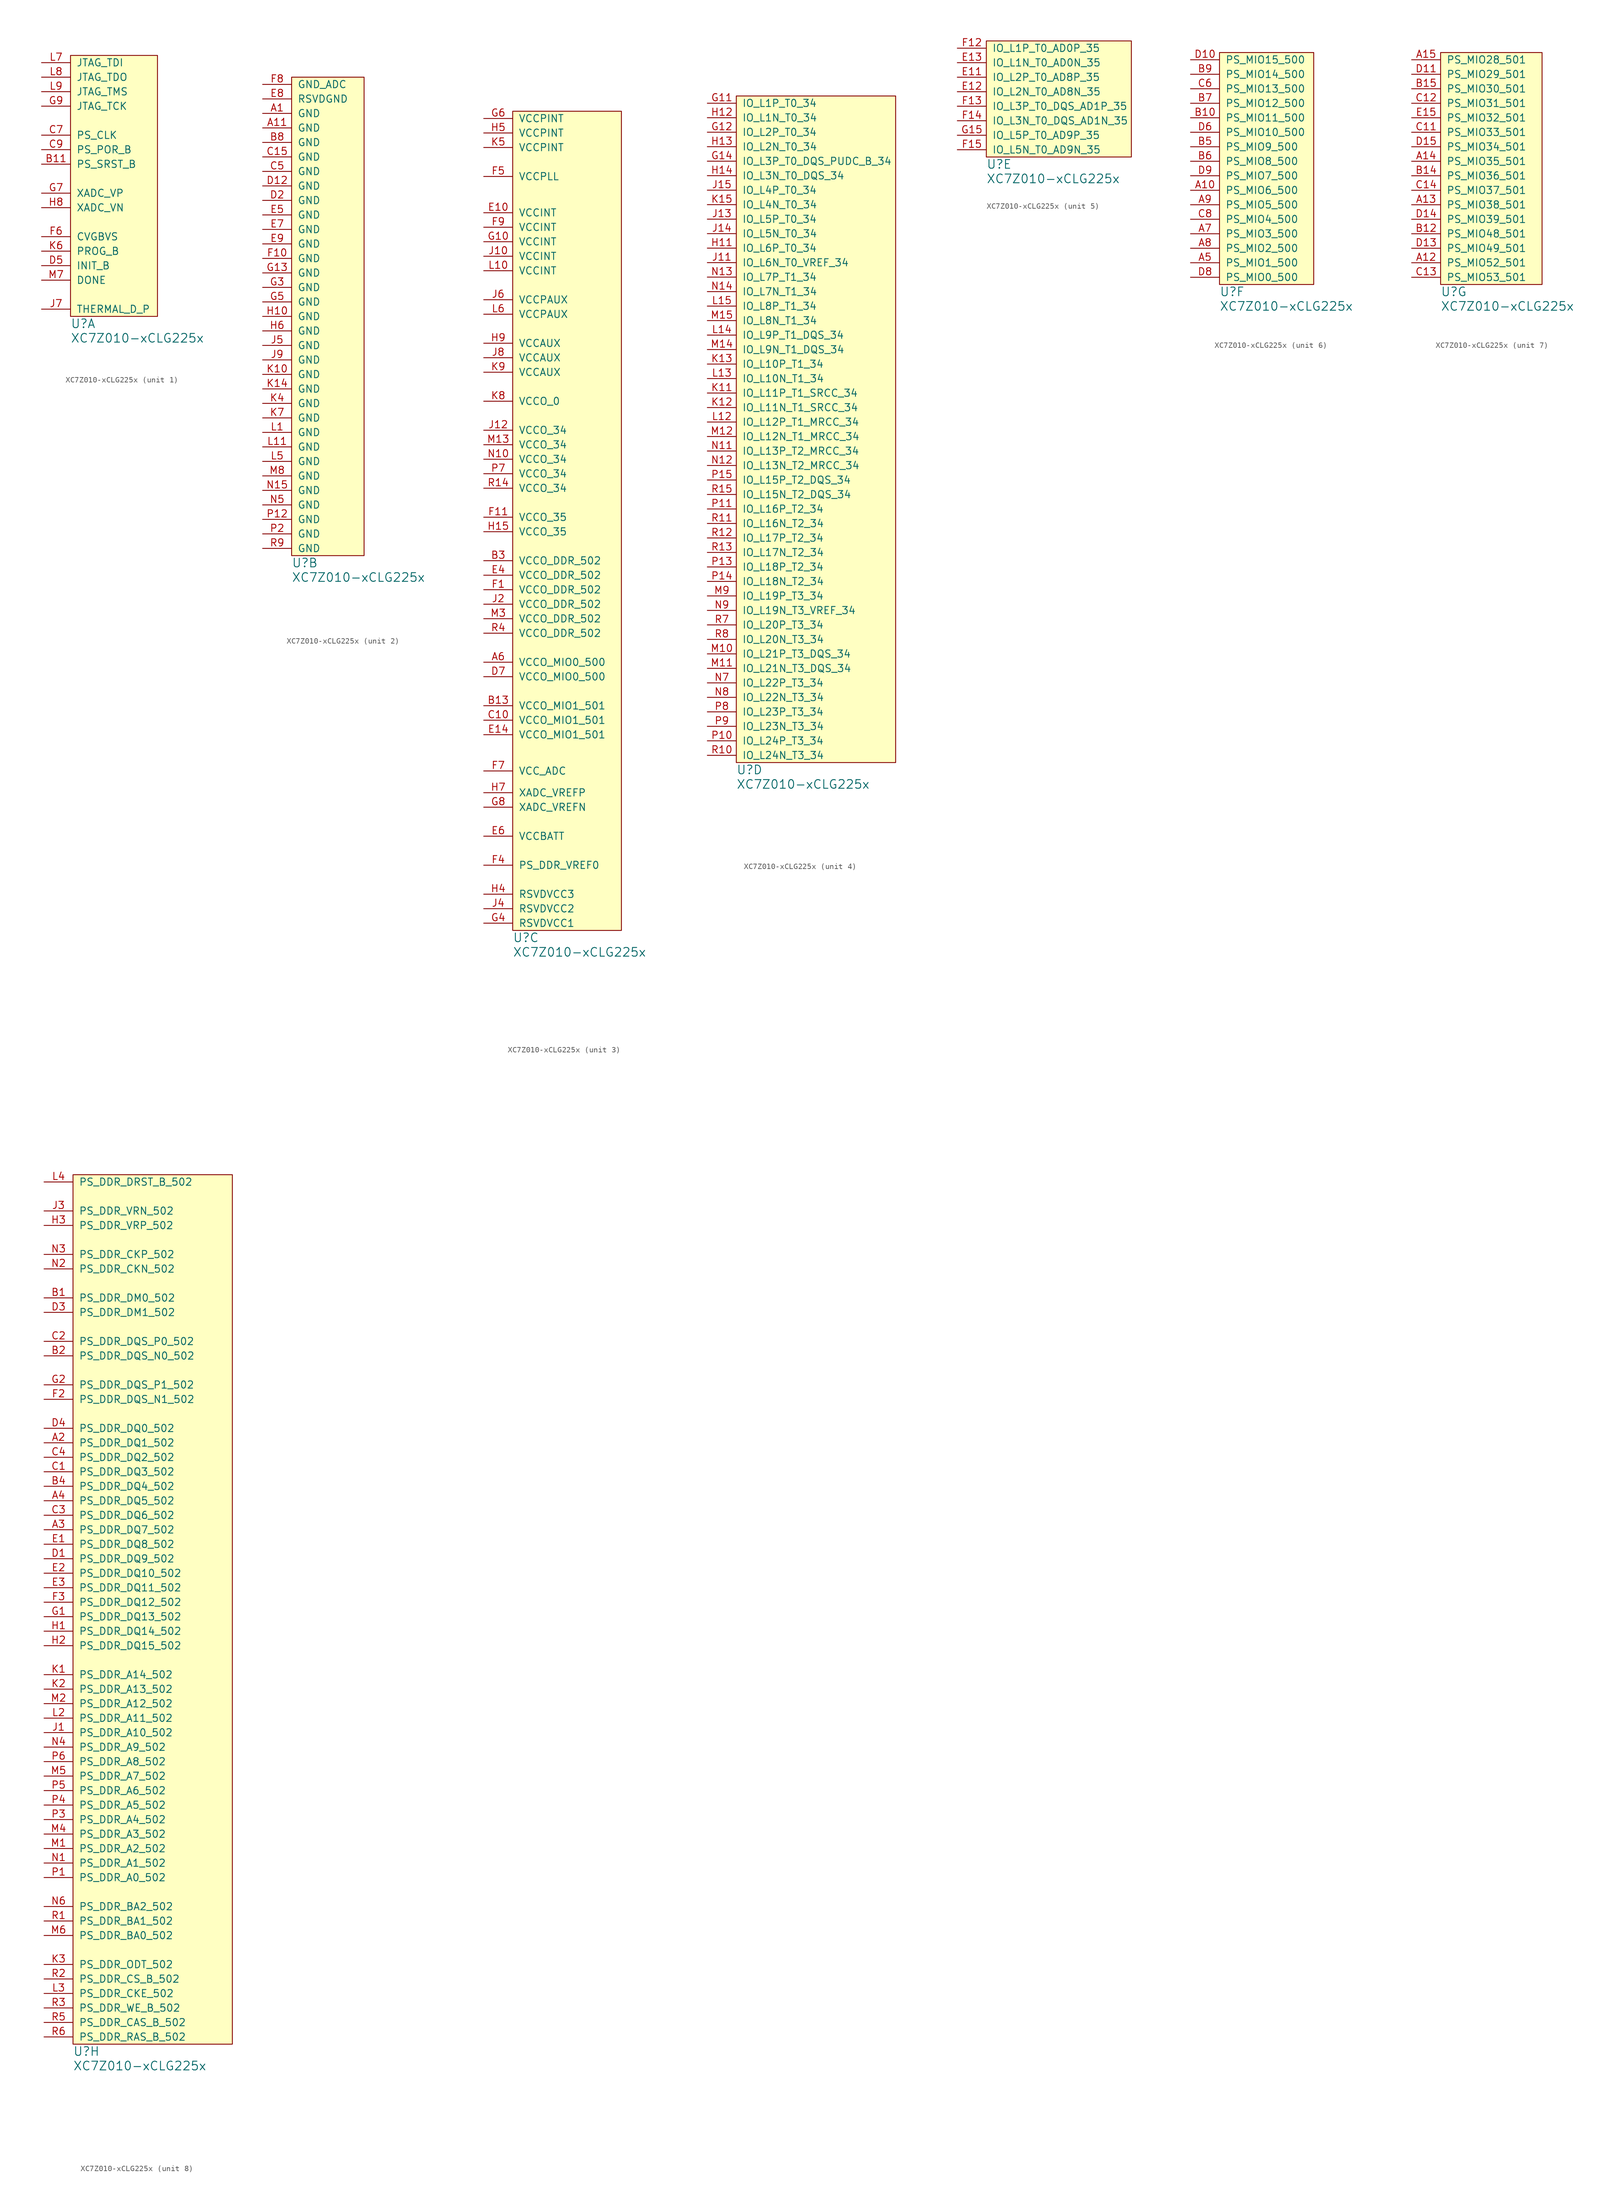
<source format=kicad_sym>
(kicad_symbol_lib
  (version 20211014)
  (generator kicad_symbol_editor)
  (symbol "XC7Z010-xCLG225x"
    (pin_names
      (offset 1.016))
    (property "Reference" "U"
      (at 0 -1.27 0)
      (effects (font (size 1.524 1.524)) (justify left)))
    (property "Value" "XC7Z010-xCLG225x"
      (at 0 -3.81 0)
      (effects (font (size 1.524 1.524)) (justify left)))
    (property "Footprint" ""
      (at 0 0 0)
      (effects (font (size 1.524 1.524))))
    (property "Datasheet" ""
      (at 0 0 0)
      (effects (font (size 1.524 1.524))))
    (property "ki_locked" ""
      (at 0 0 0)
      (effects (font (size 1.27 1.27))))
    (symbol "XC7Z010-xCLG225x_1_1"
      (rectangle (start 0 45.72) (end 15.24 0) (stroke (width 0) (type default) (color 0 0 0 0)) (fill (type background)))
      (pin input line (at -5.08 26.67 0) (length 5.08) (name "PS_SRST_B" (effects (font (size 1.27 1.27)))) (number "B11" (effects (font (size 1.27 1.27)))))
      (pin input line (at -5.08 31.75 0) (length 5.08) (name "PS_CLK" (effects (font (size 1.27 1.27)))) (number "C7" (effects (font (size 1.27 1.27)))))
      (pin input line (at -5.08 29.21 0) (length 5.08) (name "PS_POR_B" (effects (font (size 1.27 1.27)))) (number "C9" (effects (font (size 1.27 1.27)))))
      (pin bidirectional line (at -5.08 8.89 0) (length 5.08) (name "INIT_B" (effects (font (size 1.27 1.27)))) (number "D5" (effects (font (size 1.27 1.27)))))
      (pin input line (at -5.08 13.97 0) (length 5.08) (name "CVGBVS" (effects (font (size 1.27 1.27)))) (number "F6" (effects (font (size 1.27 1.27)))))
      (pin input line (at -5.08 21.59 0) (length 5.08) (name "XADC_VP" (effects (font (size 1.27 1.27)))) (number "G7" (effects (font (size 1.27 1.27)))))
      (pin input line (at -5.08 36.83 0) (length 5.08) (name "JTAG_TCK" (effects (font (size 1.27 1.27)))) (number "G9" (effects (font (size 1.27 1.27)))))
      (pin input line (at -5.08 19.05 0) (length 5.08) (name "XADC_VN" (effects (font (size 1.27 1.27)))) (number "H8" (effects (font (size 1.27 1.27)))))
      (pin passive line (at -5.08 1.27 0) (length 5.08) (name "THERMAL_D_P" (effects (font (size 1.27 1.27)))) (number "J7" (effects (font (size 1.27 1.27)))))
      (pin input line (at -5.08 11.43 0) (length 5.08) (name "PROG_B" (effects (font (size 1.27 1.27)))) (number "K6" (effects (font (size 1.27 1.27)))))
      (pin input line (at -5.08 44.45 0) (length 5.08) (name "JTAG_TDI" (effects (font (size 1.27 1.27)))) (number "L7" (effects (font (size 1.27 1.27)))))
      (pin output line (at -5.08 41.91 0) (length 5.08) (name "JTAG_TDO" (effects (font (size 1.27 1.27)))) (number "L8" (effects (font (size 1.27 1.27)))))
      (pin input line (at -5.08 39.37 0) (length 5.08) (name "JTAG_TMS" (effects (font (size 1.27 1.27)))) (number "L9" (effects (font (size 1.27 1.27)))))
      (pin open_collector line (at -5.08 6.35 0) (length 5.08) (name "DONE" (effects (font (size 1.27 1.27)))) (number "M7" (effects (font (size 1.27 1.27))))))
    (symbol "XC7Z010-xCLG225x_2_1"
      (rectangle (start 0 83.82) (end 12.7 0) (stroke (width 0) (type default) (color 0 0 0 0)) (fill (type background)))
      (pin power_in line (at -5.08 77.47 0) (length 5.08) (name "GND" (effects (font (size 1.27 1.27)))) (number "A1" (effects (font (size 1.27 1.27)))))
      (pin power_in line (at -5.08 74.93 0) (length 5.08) (name "GND" (effects (font (size 1.27 1.27)))) (number "A11" (effects (font (size 1.27 1.27)))))
      (pin power_in line (at -5.08 72.39 0) (length 5.08) (name "GND" (effects (font (size 1.27 1.27)))) (number "B8" (effects (font (size 1.27 1.27)))))
      (pin power_in line (at -5.08 69.85 0) (length 5.08) (name "GND" (effects (font (size 1.27 1.27)))) (number "C15" (effects (font (size 1.27 1.27)))))
      (pin power_in line (at -5.08 67.31 0) (length 5.08) (name "GND" (effects (font (size 1.27 1.27)))) (number "C5" (effects (font (size 1.27 1.27)))))
      (pin power_in line (at -5.08 64.77 0) (length 5.08) (name "GND" (effects (font (size 1.27 1.27)))) (number "D12" (effects (font (size 1.27 1.27)))))
      (pin power_in line (at -5.08 62.23 0) (length 5.08) (name "GND" (effects (font (size 1.27 1.27)))) (number "D2" (effects (font (size 1.27 1.27)))))
      (pin power_in line (at -5.08 59.69 0) (length 5.08) (name "GND" (effects (font (size 1.27 1.27)))) (number "E5" (effects (font (size 1.27 1.27)))))
      (pin power_in line (at -5.08 57.15 0) (length 5.08) (name "GND" (effects (font (size 1.27 1.27)))) (number "E7" (effects (font (size 1.27 1.27)))))
      (pin power_in line (at -5.08 80.01 0) (length 5.08) (name "RSVDGND" (effects (font (size 1.27 1.27)))) (number "E8" (effects (font (size 1.27 1.27)))))
      (pin power_in line (at -5.08 54.61 0) (length 5.08) (name "GND" (effects (font (size 1.27 1.27)))) (number "E9" (effects (font (size 1.27 1.27)))))
      (pin power_in line (at -5.08 52.07 0) (length 5.08) (name "GND" (effects (font (size 1.27 1.27)))) (number "F10" (effects (font (size 1.27 1.27)))))
      (pin power_in line (at -5.08 82.55 0) (length 5.08) (name "GND_ADC" (effects (font (size 1.27 1.27)))) (number "F8" (effects (font (size 1.27 1.27)))))
      (pin power_in line (at -5.08 49.53 0) (length 5.08) (name "GND" (effects (font (size 1.27 1.27)))) (number "G13" (effects (font (size 1.27 1.27)))))
      (pin power_in line (at -5.08 46.99 0) (length 5.08) (name "GND" (effects (font (size 1.27 1.27)))) (number "G3" (effects (font (size 1.27 1.27)))))
      (pin power_in line (at -5.08 44.45 0) (length 5.08) (name "GND" (effects (font (size 1.27 1.27)))) (number "G5" (effects (font (size 1.27 1.27)))))
      (pin power_in line (at -5.08 41.91 0) (length 5.08) (name "GND" (effects (font (size 1.27 1.27)))) (number "H10" (effects (font (size 1.27 1.27)))))
      (pin power_in line (at -5.08 39.37 0) (length 5.08) (name "GND" (effects (font (size 1.27 1.27)))) (number "H6" (effects (font (size 1.27 1.27)))))
      (pin power_in line (at -5.08 36.83 0) (length 5.08) (name "GND" (effects (font (size 1.27 1.27)))) (number "J5" (effects (font (size 1.27 1.27)))))
      (pin power_in line (at -5.08 34.29 0) (length 5.08) (name "GND" (effects (font (size 1.27 1.27)))) (number "J9" (effects (font (size 1.27 1.27)))))
      (pin power_in line (at -5.08 31.75 0) (length 5.08) (name "GND" (effects (font (size 1.27 1.27)))) (number "K10" (effects (font (size 1.27 1.27)))))
      (pin power_in line (at -5.08 29.21 0) (length 5.08) (name "GND" (effects (font (size 1.27 1.27)))) (number "K14" (effects (font (size 1.27 1.27)))))
      (pin power_in line (at -5.08 26.67 0) (length 5.08) (name "GND" (effects (font (size 1.27 1.27)))) (number "K4" (effects (font (size 1.27 1.27)))))
      (pin power_in line (at -5.08 24.13 0) (length 5.08) (name "GND" (effects (font (size 1.27 1.27)))) (number "K7" (effects (font (size 1.27 1.27)))))
      (pin power_in line (at -5.08 21.59 0) (length 5.08) (name "GND" (effects (font (size 1.27 1.27)))) (number "L1" (effects (font (size 1.27 1.27)))))
      (pin power_in line (at -5.08 19.05 0) (length 5.08) (name "GND" (effects (font (size 1.27 1.27)))) (number "L11" (effects (font (size 1.27 1.27)))))
      (pin power_in line (at -5.08 16.51 0) (length 5.08) (name "GND" (effects (font (size 1.27 1.27)))) (number "L5" (effects (font (size 1.27 1.27)))))
      (pin power_in line (at -5.08 13.97 0) (length 5.08) (name "GND" (effects (font (size 1.27 1.27)))) (number "M8" (effects (font (size 1.27 1.27)))))
      (pin power_in line (at -5.08 11.43 0) (length 5.08) (name "GND" (effects (font (size 1.27 1.27)))) (number "N15" (effects (font (size 1.27 1.27)))))
      (pin power_in line (at -5.08 8.89 0) (length 5.08) (name "GND" (effects (font (size 1.27 1.27)))) (number "N5" (effects (font (size 1.27 1.27)))))
      (pin power_in line (at -5.08 6.35 0) (length 5.08) (name "GND" (effects (font (size 1.27 1.27)))) (number "P12" (effects (font (size 1.27 1.27)))))
      (pin power_in line (at -5.08 3.81 0) (length 5.08) (name "GND" (effects (font (size 1.27 1.27)))) (number "P2" (effects (font (size 1.27 1.27)))))
      (pin power_in line (at -5.08 1.27 0) (length 5.08) (name "GND" (effects (font (size 1.27 1.27)))) (number "R9" (effects (font (size 1.27 1.27))))))
    (symbol "XC7Z010-xCLG225x_3_1"
      (rectangle (start 0 143.51) (end 19.05 0) (stroke (width 0) (type default) (color 0 0 0 0)) (fill (type background)))
      (pin power_in line (at -5.08 46.99 0) (length 5.08) (name "VCCO_MIO0_500" (effects (font (size 1.27 1.27)))) (number "A6" (effects (font (size 1.27 1.27)))))
      (pin power_in line (at -5.08 39.37 0) (length 5.08) (name "VCCO_MIO1_501" (effects (font (size 1.27 1.27)))) (number "B13" (effects (font (size 1.27 1.27)))))
      (pin power_in line (at -5.08 64.77 0) (length 5.08) (name "VCCO_DDR_502" (effects (font (size 1.27 1.27)))) (number "B3" (effects (font (size 1.27 1.27)))))
      (pin power_in line (at -5.08 36.83 0) (length 5.08) (name "VCCO_MIO1_501" (effects (font (size 1.27 1.27)))) (number "C10" (effects (font (size 1.27 1.27)))))
      (pin power_in line (at -5.08 44.45 0) (length 5.08) (name "VCCO_MIO0_500" (effects (font (size 1.27 1.27)))) (number "D7" (effects (font (size 1.27 1.27)))))
      (pin power_in line (at -5.08 125.73 0) (length 5.08) (name "VCCINT" (effects (font (size 1.27 1.27)))) (number "E10" (effects (font (size 1.27 1.27)))))
      (pin power_in line (at -5.08 34.29 0) (length 5.08) (name "VCCO_MIO1_501" (effects (font (size 1.27 1.27)))) (number "E14" (effects (font (size 1.27 1.27)))))
      (pin power_in line (at -5.08 62.23 0) (length 5.08) (name "VCCO_DDR_502" (effects (font (size 1.27 1.27)))) (number "E4" (effects (font (size 1.27 1.27)))))
      (pin power_in line (at -5.08 16.51 0) (length 5.08) (name "VCCBATT" (effects (font (size 1.27 1.27)))) (number "E6" (effects (font (size 1.27 1.27)))))
      (pin power_in line (at -5.08 59.69 0) (length 5.08) (name "VCCO_DDR_502" (effects (font (size 1.27 1.27)))) (number "F1" (effects (font (size 1.27 1.27)))))
      (pin power_in line (at -5.08 72.39 0) (length 5.08) (name "VCCO_35" (effects (font (size 1.27 1.27)))) (number "F11" (effects (font (size 1.27 1.27)))))
      (pin input line (at -5.08 11.43 0) (length 5.08) (name "PS_DDR_VREF0" (effects (font (size 1.27 1.27)))) (number "F4" (effects (font (size 1.27 1.27)))))
      (pin power_in line (at -5.08 132.08 0) (length 5.08) (name "VCCPLL" (effects (font (size 1.27 1.27)))) (number "F5" (effects (font (size 1.27 1.27)))))
      (pin power_in line (at -5.08 27.94 0) (length 5.08) (name "VCC_ADC" (effects (font (size 1.27 1.27)))) (number "F7" (effects (font (size 1.27 1.27)))))
      (pin power_in line (at -5.08 123.19 0) (length 5.08) (name "VCCINT" (effects (font (size 1.27 1.27)))) (number "F9" (effects (font (size 1.27 1.27)))))
      (pin power_in line (at -5.08 120.65 0) (length 5.08) (name "VCCINT" (effects (font (size 1.27 1.27)))) (number "G10" (effects (font (size 1.27 1.27)))))
      (pin power_in line (at -5.08 1.27 0) (length 5.08) (name "RSVDVCC1" (effects (font (size 1.27 1.27)))) (number "G4" (effects (font (size 1.27 1.27)))))
      (pin power_in line (at -5.08 142.24 0) (length 5.08) (name "VCCPINT" (effects (font (size 1.27 1.27)))) (number "G6" (effects (font (size 1.27 1.27)))))
      (pin power_in line (at -5.08 21.59 0) (length 5.08) (name "XADC_VREFN" (effects (font (size 1.27 1.27)))) (number "G8" (effects (font (size 1.27 1.27)))))
      (pin power_in line (at -5.08 69.85 0) (length 5.08) (name "VCCO_35" (effects (font (size 1.27 1.27)))) (number "H15" (effects (font (size 1.27 1.27)))))
      (pin power_in line (at -5.08 6.35 0) (length 5.08) (name "RSVDVCC3" (effects (font (size 1.27 1.27)))) (number "H4" (effects (font (size 1.27 1.27)))))
      (pin power_in line (at -5.08 139.7 0) (length 5.08) (name "VCCPINT" (effects (font (size 1.27 1.27)))) (number "H5" (effects (font (size 1.27 1.27)))))
      (pin power_in line (at -5.08 24.13 0) (length 5.08) (name "XADC_VREFP" (effects (font (size 1.27 1.27)))) (number "H7" (effects (font (size 1.27 1.27)))))
      (pin power_in line (at -5.08 102.87 0) (length 5.08) (name "VCCAUX" (effects (font (size 1.27 1.27)))) (number "H9" (effects (font (size 1.27 1.27)))))
      (pin power_in line (at -5.08 118.11 0) (length 5.08) (name "VCCINT" (effects (font (size 1.27 1.27)))) (number "J10" (effects (font (size 1.27 1.27)))))
      (pin power_in line (at -5.08 87.63 0) (length 5.08) (name "VCCO_34" (effects (font (size 1.27 1.27)))) (number "J12" (effects (font (size 1.27 1.27)))))
      (pin power_in line (at -5.08 57.15 0) (length 5.08) (name "VCCO_DDR_502" (effects (font (size 1.27 1.27)))) (number "J2" (effects (font (size 1.27 1.27)))))
      (pin power_in line (at -5.08 3.81 0) (length 5.08) (name "RSVDVCC2" (effects (font (size 1.27 1.27)))) (number "J4" (effects (font (size 1.27 1.27)))))
      (pin power_in line (at -5.08 110.49 0) (length 5.08) (name "VCCPAUX" (effects (font (size 1.27 1.27)))) (number "J6" (effects (font (size 1.27 1.27)))))
      (pin power_in line (at -5.08 100.33 0) (length 5.08) (name "VCCAUX" (effects (font (size 1.27 1.27)))) (number "J8" (effects (font (size 1.27 1.27)))))
      (pin power_in line (at -5.08 137.16 0) (length 5.08) (name "VCCPINT" (effects (font (size 1.27 1.27)))) (number "K5" (effects (font (size 1.27 1.27)))))
      (pin power_in line (at -5.08 92.71 0) (length 5.08) (name "VCCO_0" (effects (font (size 1.27 1.27)))) (number "K8" (effects (font (size 1.27 1.27)))))
      (pin power_in line (at -5.08 97.79 0) (length 5.08) (name "VCCAUX" (effects (font (size 1.27 1.27)))) (number "K9" (effects (font (size 1.27 1.27)))))
      (pin power_in line (at -5.08 115.57 0) (length 5.08) (name "VCCINT" (effects (font (size 1.27 1.27)))) (number "L10" (effects (font (size 1.27 1.27)))))
      (pin power_in line (at -5.08 107.95 0) (length 5.08) (name "VCCPAUX" (effects (font (size 1.27 1.27)))) (number "L6" (effects (font (size 1.27 1.27)))))
      (pin power_in line (at -5.08 85.09 0) (length 5.08) (name "VCCO_34" (effects (font (size 1.27 1.27)))) (number "M13" (effects (font (size 1.27 1.27)))))
      (pin power_in line (at -5.08 54.61 0) (length 5.08) (name "VCCO_DDR_502" (effects (font (size 1.27 1.27)))) (number "M3" (effects (font (size 1.27 1.27)))))
      (pin power_in line (at -5.08 82.55 0) (length 5.08) (name "VCCO_34" (effects (font (size 1.27 1.27)))) (number "N10" (effects (font (size 1.27 1.27)))))
      (pin power_in line (at -5.08 80.01 0) (length 5.08) (name "VCCO_34" (effects (font (size 1.27 1.27)))) (number "P7" (effects (font (size 1.27 1.27)))))
      (pin power_in line (at -5.08 77.47 0) (length 5.08) (name "VCCO_34" (effects (font (size 1.27 1.27)))) (number "R14" (effects (font (size 1.27 1.27)))))
      (pin power_in line (at -5.08 52.07 0) (length 5.08) (name "VCCO_DDR_502" (effects (font (size 1.27 1.27)))) (number "R4" (effects (font (size 1.27 1.27))))))
    (symbol "XC7Z010-xCLG225x_4_1"
      (rectangle (start 0 116.84) (end 27.94 0) (stroke (width 0) (type default) (color 0 0 0 0)) (fill (type background)))
      (pin bidirectional line (at -5.08 115.57 0) (length 5.08) (name "IO_L1P_T0_34" (effects (font (size 1.27 1.27)))) (number "G11" (effects (font (size 1.27 1.27)))))
      (pin bidirectional line (at -5.08 110.49 0) (length 5.08) (name "IO_L2P_T0_34" (effects (font (size 1.27 1.27)))) (number "G12" (effects (font (size 1.27 1.27)))))
      (pin bidirectional line (at -5.08 105.41 0) (length 5.08) (name "IO_L3P_T0_DQS_PUDC_B_34" (effects (font (size 1.27 1.27)))) (number "G14" (effects (font (size 1.27 1.27)))))
      (pin bidirectional line (at -5.08 90.17 0) (length 5.08) (name "IO_L6P_T0_34" (effects (font (size 1.27 1.27)))) (number "H11" (effects (font (size 1.27 1.27)))))
      (pin bidirectional line (at -5.08 113.03 0) (length 5.08) (name "IO_L1N_T0_34" (effects (font (size 1.27 1.27)))) (number "H12" (effects (font (size 1.27 1.27)))))
      (pin bidirectional line (at -5.08 107.95 0) (length 5.08) (name "IO_L2N_T0_34" (effects (font (size 1.27 1.27)))) (number "H13" (effects (font (size 1.27 1.27)))))
      (pin bidirectional line (at -5.08 102.87 0) (length 5.08) (name "IO_L3N_T0_DQS_34" (effects (font (size 1.27 1.27)))) (number "H14" (effects (font (size 1.27 1.27)))))
      (pin bidirectional line (at -5.08 87.63 0) (length 5.08) (name "IO_L6N_T0_VREF_34" (effects (font (size 1.27 1.27)))) (number "J11" (effects (font (size 1.27 1.27)))))
      (pin bidirectional line (at -5.08 95.25 0) (length 5.08) (name "IO_L5P_T0_34" (effects (font (size 1.27 1.27)))) (number "J13" (effects (font (size 1.27 1.27)))))
      (pin bidirectional line (at -5.08 92.71 0) (length 5.08) (name "IO_L5N_T0_34" (effects (font (size 1.27 1.27)))) (number "J14" (effects (font (size 1.27 1.27)))))
      (pin bidirectional line (at -5.08 100.33 0) (length 5.08) (name "IO_L4P_T0_34" (effects (font (size 1.27 1.27)))) (number "J15" (effects (font (size 1.27 1.27)))))
      (pin bidirectional line (at -5.08 64.77 0) (length 5.08) (name "IO_L11P_T1_SRCC_34" (effects (font (size 1.27 1.27)))) (number "K11" (effects (font (size 1.27 1.27)))))
      (pin bidirectional line (at -5.08 62.23 0) (length 5.08) (name "IO_L11N_T1_SRCC_34" (effects (font (size 1.27 1.27)))) (number "K12" (effects (font (size 1.27 1.27)))))
      (pin bidirectional line (at -5.08 69.85 0) (length 5.08) (name "IO_L10P_T1_34" (effects (font (size 1.27 1.27)))) (number "K13" (effects (font (size 1.27 1.27)))))
      (pin bidirectional line (at -5.08 97.79 0) (length 5.08) (name "IO_L4N_T0_34" (effects (font (size 1.27 1.27)))) (number "K15" (effects (font (size 1.27 1.27)))))
      (pin bidirectional line (at -5.08 59.69 0) (length 5.08) (name "IO_L12P_T1_MRCC_34" (effects (font (size 1.27 1.27)))) (number "L12" (effects (font (size 1.27 1.27)))))
      (pin bidirectional line (at -5.08 67.31 0) (length 5.08) (name "IO_L10N_T1_34" (effects (font (size 1.27 1.27)))) (number "L13" (effects (font (size 1.27 1.27)))))
      (pin bidirectional line (at -5.08 74.93 0) (length 5.08) (name "IO_L9P_T1_DQS_34" (effects (font (size 1.27 1.27)))) (number "L14" (effects (font (size 1.27 1.27)))))
      (pin bidirectional line (at -5.08 80.01 0) (length 5.08) (name "IO_L8P_T1_34" (effects (font (size 1.27 1.27)))) (number "L15" (effects (font (size 1.27 1.27)))))
      (pin bidirectional line (at -5.08 19.05 0) (length 5.08) (name "IO_L21P_T3_DQS_34" (effects (font (size 1.27 1.27)))) (number "M10" (effects (font (size 1.27 1.27)))))
      (pin bidirectional line (at -5.08 16.51 0) (length 5.08) (name "IO_L21N_T3_DQS_34" (effects (font (size 1.27 1.27)))) (number "M11" (effects (font (size 1.27 1.27)))))
      (pin bidirectional line (at -5.08 57.15 0) (length 5.08) (name "IO_L12N_T1_MRCC_34" (effects (font (size 1.27 1.27)))) (number "M12" (effects (font (size 1.27 1.27)))))
      (pin bidirectional line (at -5.08 72.39 0) (length 5.08) (name "IO_L9N_T1_DQS_34" (effects (font (size 1.27 1.27)))) (number "M14" (effects (font (size 1.27 1.27)))))
      (pin bidirectional line (at -5.08 77.47 0) (length 5.08) (name "IO_L8N_T1_34" (effects (font (size 1.27 1.27)))) (number "M15" (effects (font (size 1.27 1.27)))))
      (pin bidirectional line (at -5.08 29.21 0) (length 5.08) (name "IO_L19P_T3_34" (effects (font (size 1.27 1.27)))) (number "M9" (effects (font (size 1.27 1.27)))))
      (pin bidirectional line (at -5.08 54.61 0) (length 5.08) (name "IO_L13P_T2_MRCC_34" (effects (font (size 1.27 1.27)))) (number "N11" (effects (font (size 1.27 1.27)))))
      (pin bidirectional line (at -5.08 52.07 0) (length 5.08) (name "IO_L13N_T2_MRCC_34" (effects (font (size 1.27 1.27)))) (number "N12" (effects (font (size 1.27 1.27)))))
      (pin bidirectional line (at -5.08 85.09 0) (length 5.08) (name "IO_L7P_T1_34" (effects (font (size 1.27 1.27)))) (number "N13" (effects (font (size 1.27 1.27)))))
      (pin bidirectional line (at -5.08 82.55 0) (length 5.08) (name "IO_L7N_T1_34" (effects (font (size 1.27 1.27)))) (number "N14" (effects (font (size 1.27 1.27)))))
      (pin bidirectional line (at -5.08 13.97 0) (length 5.08) (name "IO_L22P_T3_34" (effects (font (size 1.27 1.27)))) (number "N7" (effects (font (size 1.27 1.27)))))
      (pin bidirectional line (at -5.08 11.43 0) (length 5.08) (name "IO_L22N_T3_34" (effects (font (size 1.27 1.27)))) (number "N8" (effects (font (size 1.27 1.27)))))
      (pin bidirectional line (at -5.08 26.67 0) (length 5.08) (name "IO_L19N_T3_VREF_34" (effects (font (size 1.27 1.27)))) (number "N9" (effects (font (size 1.27 1.27)))))
      (pin bidirectional line (at -5.08 3.81 0) (length 5.08) (name "IO_L24P_T3_34" (effects (font (size 1.27 1.27)))) (number "P10" (effects (font (size 1.27 1.27)))))
      (pin bidirectional line (at -5.08 44.45 0) (length 5.08) (name "IO_L16P_T2_34" (effects (font (size 1.27 1.27)))) (number "P11" (effects (font (size 1.27 1.27)))))
      (pin bidirectional line (at -5.08 34.29 0) (length 5.08) (name "IO_L18P_T2_34" (effects (font (size 1.27 1.27)))) (number "P13" (effects (font (size 1.27 1.27)))))
      (pin bidirectional line (at -5.08 31.75 0) (length 5.08) (name "IO_L18N_T2_34" (effects (font (size 1.27 1.27)))) (number "P14" (effects (font (size 1.27 1.27)))))
      (pin bidirectional line (at -5.08 49.53 0) (length 5.08) (name "IO_L15P_T2_DQS_34" (effects (font (size 1.27 1.27)))) (number "P15" (effects (font (size 1.27 1.27)))))
      (pin bidirectional line (at -5.08 8.89 0) (length 5.08) (name "IO_L23P_T3_34" (effects (font (size 1.27 1.27)))) (number "P8" (effects (font (size 1.27 1.27)))))
      (pin bidirectional line (at -5.08 6.35 0) (length 5.08) (name "IO_L23N_T3_34" (effects (font (size 1.27 1.27)))) (number "P9" (effects (font (size 1.27 1.27)))))
      (pin bidirectional line (at -5.08 1.27 0) (length 5.08) (name "IO_L24N_T3_34" (effects (font (size 1.27 1.27)))) (number "R10" (effects (font (size 1.27 1.27)))))
      (pin bidirectional line (at -5.08 41.91 0) (length 5.08) (name "IO_L16N_T2_34" (effects (font (size 1.27 1.27)))) (number "R11" (effects (font (size 1.27 1.27)))))
      (pin bidirectional line (at -5.08 39.37 0) (length 5.08) (name "IO_L17P_T2_34" (effects (font (size 1.27 1.27)))) (number "R12" (effects (font (size 1.27 1.27)))))
      (pin bidirectional line (at -5.08 36.83 0) (length 5.08) (name "IO_L17N_T2_34" (effects (font (size 1.27 1.27)))) (number "R13" (effects (font (size 1.27 1.27)))))
      (pin bidirectional line (at -5.08 46.99 0) (length 5.08) (name "IO_L15N_T2_DQS_34" (effects (font (size 1.27 1.27)))) (number "R15" (effects (font (size 1.27 1.27)))))
      (pin bidirectional line (at -5.08 24.13 0) (length 5.08) (name "IO_L20P_T3_34" (effects (font (size 1.27 1.27)))) (number "R7" (effects (font (size 1.27 1.27)))))
      (pin bidirectional line (at -5.08 21.59 0) (length 5.08) (name "IO_L20N_T3_34" (effects (font (size 1.27 1.27)))) (number "R8" (effects (font (size 1.27 1.27))))))
    (symbol "XC7Z010-xCLG225x_5_1"
      (rectangle (start 0 20.32) (end 25.4 0) (stroke (width 0) (type default) (color 0 0 0 0)) (fill (type background)))
      (pin bidirectional line (at -5.08 13.97 0) (length 5.08) (name "IO_L2P_T0_AD8P_35" (effects (font (size 1.27 1.27)))) (number "E11" (effects (font (size 1.27 1.27)))))
      (pin bidirectional line (at -5.08 11.43 0) (length 5.08) (name "IO_L2N_T0_AD8N_35" (effects (font (size 1.27 1.27)))) (number "E12" (effects (font (size 1.27 1.27)))))
      (pin bidirectional line (at -5.08 16.51 0) (length 5.08) (name "IO_L1N_T0_AD0N_35" (effects (font (size 1.27 1.27)))) (number "E13" (effects (font (size 1.27 1.27)))))
      (pin bidirectional line (at -5.08 19.05 0) (length 5.08) (name "IO_L1P_T0_AD0P_35" (effects (font (size 1.27 1.27)))) (number "F12" (effects (font (size 1.27 1.27)))))
      (pin bidirectional line (at -5.08 8.89 0) (length 5.08) (name "IO_L3P_T0_DQS_AD1P_35" (effects (font (size 1.27 1.27)))) (number "F13" (effects (font (size 1.27 1.27)))))
      (pin bidirectional line (at -5.08 6.35 0) (length 5.08) (name "IO_L3N_T0_DQS_AD1N_35" (effects (font (size 1.27 1.27)))) (number "F14" (effects (font (size 1.27 1.27)))))
      (pin bidirectional line (at -5.08 1.27 0) (length 5.08) (name "IO_L5N_T0_AD9N_35" (effects (font (size 1.27 1.27)))) (number "F15" (effects (font (size 1.27 1.27)))))
      (pin bidirectional line (at -5.08 3.81 0) (length 5.08) (name "IO_L5P_T0_AD9P_35" (effects (font (size 1.27 1.27)))) (number "G15" (effects (font (size 1.27 1.27))))))
    (symbol "XC7Z010-xCLG225x_6_1"
      (rectangle (start 0 40.64) (end 16.51 0) (stroke (width 0) (type default) (color 0 0 0 0)) (fill (type background)))
      (pin bidirectional line (at -5.08 16.51 0) (length 5.08) (name "PS_MIO6_500" (effects (font (size 1.27 1.27)))) (number "A10" (effects (font (size 1.27 1.27)))))
      (pin bidirectional line (at -5.08 3.81 0) (length 5.08) (name "PS_MIO1_500" (effects (font (size 1.27 1.27)))) (number "A5" (effects (font (size 1.27 1.27)))))
      (pin bidirectional line (at -5.08 8.89 0) (length 5.08) (name "PS_MIO3_500" (effects (font (size 1.27 1.27)))) (number "A7" (effects (font (size 1.27 1.27)))))
      (pin bidirectional line (at -5.08 6.35 0) (length 5.08) (name "PS_MIO2_500" (effects (font (size 1.27 1.27)))) (number "A8" (effects (font (size 1.27 1.27)))))
      (pin bidirectional line (at -5.08 13.97 0) (length 5.08) (name "PS_MIO5_500" (effects (font (size 1.27 1.27)))) (number "A9" (effects (font (size 1.27 1.27)))))
      (pin bidirectional line (at -5.08 29.21 0) (length 5.08) (name "PS_MIO11_500" (effects (font (size 1.27 1.27)))) (number "B10" (effects (font (size 1.27 1.27)))))
      (pin bidirectional line (at -5.08 24.13 0) (length 5.08) (name "PS_MIO9_500" (effects (font (size 1.27 1.27)))) (number "B5" (effects (font (size 1.27 1.27)))))
      (pin bidirectional line (at -5.08 21.59 0) (length 5.08) (name "PS_MIO8_500" (effects (font (size 1.27 1.27)))) (number "B6" (effects (font (size 1.27 1.27)))))
      (pin bidirectional line (at -5.08 31.75 0) (length 5.08) (name "PS_MIO12_500" (effects (font (size 1.27 1.27)))) (number "B7" (effects (font (size 1.27 1.27)))))
      (pin bidirectional line (at -5.08 36.83 0) (length 5.08) (name "PS_MIO14_500" (effects (font (size 1.27 1.27)))) (number "B9" (effects (font (size 1.27 1.27)))))
      (pin bidirectional line (at -5.08 34.29 0) (length 5.08) (name "PS_MIO13_500" (effects (font (size 1.27 1.27)))) (number "C6" (effects (font (size 1.27 1.27)))))
      (pin bidirectional line (at -5.08 11.43 0) (length 5.08) (name "PS_MIO4_500" (effects (font (size 1.27 1.27)))) (number "C8" (effects (font (size 1.27 1.27)))))
      (pin bidirectional line (at -5.08 39.37 0) (length 5.08) (name "PS_MIO15_500" (effects (font (size 1.27 1.27)))) (number "D10" (effects (font (size 1.27 1.27)))))
      (pin bidirectional line (at -5.08 26.67 0) (length 5.08) (name "PS_MIO10_500" (effects (font (size 1.27 1.27)))) (number "D6" (effects (font (size 1.27 1.27)))))
      (pin bidirectional line (at -5.08 1.27 0) (length 5.08) (name "PS_MIO0_500" (effects (font (size 1.27 1.27)))) (number "D8" (effects (font (size 1.27 1.27)))))
      (pin bidirectional line (at -5.08 19.05 0) (length 5.08) (name "PS_MIO7_500" (effects (font (size 1.27 1.27)))) (number "D9" (effects (font (size 1.27 1.27))))))
    (symbol "XC7Z010-xCLG225x_7_1"
      (rectangle (start 0 40.64) (end 17.78 0) (stroke (width 0) (type default) (color 0 0 0 0)) (fill (type background)))
      (pin bidirectional line (at -5.08 3.81 0) (length 5.08) (name "PS_MIO52_501" (effects (font (size 1.27 1.27)))) (number "A12" (effects (font (size 1.27 1.27)))))
      (pin bidirectional line (at -5.08 13.97 0) (length 5.08) (name "PS_MIO38_501" (effects (font (size 1.27 1.27)))) (number "A13" (effects (font (size 1.27 1.27)))))
      (pin bidirectional line (at -5.08 21.59 0) (length 5.08) (name "PS_MIO35_501" (effects (font (size 1.27 1.27)))) (number "A14" (effects (font (size 1.27 1.27)))))
      (pin bidirectional line (at -5.08 39.37 0) (length 5.08) (name "PS_MIO28_501" (effects (font (size 1.27 1.27)))) (number "A15" (effects (font (size 1.27 1.27)))))
      (pin bidirectional line (at -5.08 8.89 0) (length 5.08) (name "PS_MIO48_501" (effects (font (size 1.27 1.27)))) (number "B12" (effects (font (size 1.27 1.27)))))
      (pin bidirectional line (at -5.08 19.05 0) (length 5.08) (name "PS_MIO36_501" (effects (font (size 1.27 1.27)))) (number "B14" (effects (font (size 1.27 1.27)))))
      (pin bidirectional line (at -5.08 34.29 0) (length 5.08) (name "PS_MIO30_501" (effects (font (size 1.27 1.27)))) (number "B15" (effects (font (size 1.27 1.27)))))
      (pin bidirectional line (at -5.08 26.67 0) (length 5.08) (name "PS_MIO33_501" (effects (font (size 1.27 1.27)))) (number "C11" (effects (font (size 1.27 1.27)))))
      (pin bidirectional line (at -5.08 31.75 0) (length 5.08) (name "PS_MIO31_501" (effects (font (size 1.27 1.27)))) (number "C12" (effects (font (size 1.27 1.27)))))
      (pin bidirectional line (at -5.08 1.27 0) (length 5.08) (name "PS_MIO53_501" (effects (font (size 1.27 1.27)))) (number "C13" (effects (font (size 1.27 1.27)))))
      (pin bidirectional line (at -5.08 16.51 0) (length 5.08) (name "PS_MIO37_501" (effects (font (size 1.27 1.27)))) (number "C14" (effects (font (size 1.27 1.27)))))
      (pin bidirectional line (at -5.08 36.83 0) (length 5.08) (name "PS_MIO29_501" (effects (font (size 1.27 1.27)))) (number "D11" (effects (font (size 1.27 1.27)))))
      (pin bidirectional line (at -5.08 6.35 0) (length 5.08) (name "PS_MIO49_501" (effects (font (size 1.27 1.27)))) (number "D13" (effects (font (size 1.27 1.27)))))
      (pin bidirectional line (at -5.08 11.43 0) (length 5.08) (name "PS_MIO39_501" (effects (font (size 1.27 1.27)))) (number "D14" (effects (font (size 1.27 1.27)))))
      (pin bidirectional line (at -5.08 24.13 0) (length 5.08) (name "PS_MIO34_501" (effects (font (size 1.27 1.27)))) (number "D15" (effects (font (size 1.27 1.27)))))
      (pin bidirectional line (at -5.08 29.21 0) (length 5.08) (name "PS_MIO32_501" (effects (font (size 1.27 1.27)))) (number "E15" (effects (font (size 1.27 1.27))))))
    (symbol "XC7Z010-xCLG225x_8_1"
      (rectangle (start 0 152.4) (end 27.94 0) (stroke (width 0) (type default) (color 0 0 0 0)) (fill (type background)))
      (pin bidirectional line (at -5.08 105.41 0) (length 5.08) (name "PS_DDR_DQ1_502" (effects (font (size 1.27 1.27)))) (number "A2" (effects (font (size 1.27 1.27)))))
      (pin bidirectional line (at -5.08 90.17 0) (length 5.08) (name "PS_DDR_DQ7_502" (effects (font (size 1.27 1.27)))) (number "A3" (effects (font (size 1.27 1.27)))))
      (pin bidirectional line (at -5.08 95.25 0) (length 5.08) (name "PS_DDR_DQ5_502" (effects (font (size 1.27 1.27)))) (number "A4" (effects (font (size 1.27 1.27)))))
      (pin output line (at -5.08 130.81 0) (length 5.08) (name "PS_DDR_DM0_502" (effects (font (size 1.27 1.27)))) (number "B1" (effects (font (size 1.27 1.27)))))
      (pin bidirectional line (at -5.08 120.65 0) (length 5.08) (name "PS_DDR_DQS_N0_502" (effects (font (size 1.27 1.27)))) (number "B2" (effects (font (size 1.27 1.27)))))
      (pin bidirectional line (at -5.08 97.79 0) (length 5.08) (name "PS_DDR_DQ4_502" (effects (font (size 1.27 1.27)))) (number "B4" (effects (font (size 1.27 1.27)))))
      (pin bidirectional line (at -5.08 100.33 0) (length 5.08) (name "PS_DDR_DQ3_502" (effects (font (size 1.27 1.27)))) (number "C1" (effects (font (size 1.27 1.27)))))
      (pin bidirectional line (at -5.08 123.19 0) (length 5.08) (name "PS_DDR_DQS_P0_502" (effects (font (size 1.27 1.27)))) (number "C2" (effects (font (size 1.27 1.27)))))
      (pin bidirectional line (at -5.08 92.71 0) (length 5.08) (name "PS_DDR_DQ6_502" (effects (font (size 1.27 1.27)))) (number "C3" (effects (font (size 1.27 1.27)))))
      (pin bidirectional line (at -5.08 102.87 0) (length 5.08) (name "PS_DDR_DQ2_502" (effects (font (size 1.27 1.27)))) (number "C4" (effects (font (size 1.27 1.27)))))
      (pin bidirectional line (at -5.08 85.09 0) (length 5.08) (name "PS_DDR_DQ9_502" (effects (font (size 1.27 1.27)))) (number "D1" (effects (font (size 1.27 1.27)))))
      (pin output line (at -5.08 128.27 0) (length 5.08) (name "PS_DDR_DM1_502" (effects (font (size 1.27 1.27)))) (number "D3" (effects (font (size 1.27 1.27)))))
      (pin bidirectional line (at -5.08 107.95 0) (length 5.08) (name "PS_DDR_DQ0_502" (effects (font (size 1.27 1.27)))) (number "D4" (effects (font (size 1.27 1.27)))))
      (pin bidirectional line (at -5.08 87.63 0) (length 5.08) (name "PS_DDR_DQ8_502" (effects (font (size 1.27 1.27)))) (number "E1" (effects (font (size 1.27 1.27)))))
      (pin bidirectional line (at -5.08 82.55 0) (length 5.08) (name "PS_DDR_DQ10_502" (effects (font (size 1.27 1.27)))) (number "E2" (effects (font (size 1.27 1.27)))))
      (pin bidirectional line (at -5.08 80.01 0) (length 5.08) (name "PS_DDR_DQ11_502" (effects (font (size 1.27 1.27)))) (number "E3" (effects (font (size 1.27 1.27)))))
      (pin bidirectional line (at -5.08 113.03 0) (length 5.08) (name "PS_DDR_DQS_N1_502" (effects (font (size 1.27 1.27)))) (number "F2" (effects (font (size 1.27 1.27)))))
      (pin bidirectional line (at -5.08 77.47 0) (length 5.08) (name "PS_DDR_DQ12_502" (effects (font (size 1.27 1.27)))) (number "F3" (effects (font (size 1.27 1.27)))))
      (pin bidirectional line (at -5.08 74.93 0) (length 5.08) (name "PS_DDR_DQ13_502" (effects (font (size 1.27 1.27)))) (number "G1" (effects (font (size 1.27 1.27)))))
      (pin bidirectional line (at -5.08 115.57 0) (length 5.08) (name "PS_DDR_DQS_P1_502" (effects (font (size 1.27 1.27)))) (number "G2" (effects (font (size 1.27 1.27)))))
      (pin bidirectional line (at -5.08 72.39 0) (length 5.08) (name "PS_DDR_DQ14_502" (effects (font (size 1.27 1.27)))) (number "H1" (effects (font (size 1.27 1.27)))))
      (pin bidirectional line (at -5.08 69.85 0) (length 5.08) (name "PS_DDR_DQ15_502" (effects (font (size 1.27 1.27)))) (number "H2" (effects (font (size 1.27 1.27)))))
      (pin input line (at -5.08 143.51 0) (length 5.08) (name "PS_DDR_VRP_502" (effects (font (size 1.27 1.27)))) (number "H3" (effects (font (size 1.27 1.27)))))
      (pin output line (at -5.08 54.61 0) (length 5.08) (name "PS_DDR_A10_502" (effects (font (size 1.27 1.27)))) (number "J1" (effects (font (size 1.27 1.27)))))
      (pin input line (at -5.08 146.05 0) (length 5.08) (name "PS_DDR_VRN_502" (effects (font (size 1.27 1.27)))) (number "J3" (effects (font (size 1.27 1.27)))))
      (pin output line (at -5.08 64.77 0) (length 5.08) (name "PS_DDR_A14_502" (effects (font (size 1.27 1.27)))) (number "K1" (effects (font (size 1.27 1.27)))))
      (pin output line (at -5.08 62.23 0) (length 5.08) (name "PS_DDR_A13_502" (effects (font (size 1.27 1.27)))) (number "K2" (effects (font (size 1.27 1.27)))))
      (pin output line (at -5.08 13.97 0) (length 5.08) (name "PS_DDR_ODT_502" (effects (font (size 1.27 1.27)))) (number "K3" (effects (font (size 1.27 1.27)))))
      (pin output line (at -5.08 57.15 0) (length 5.08) (name "PS_DDR_A11_502" (effects (font (size 1.27 1.27)))) (number "L2" (effects (font (size 1.27 1.27)))))
      (pin output line (at -5.08 8.89 0) (length 5.08) (name "PS_DDR_CKE_502" (effects (font (size 1.27 1.27)))) (number "L3" (effects (font (size 1.27 1.27)))))
      (pin output line (at -5.08 151.13 0) (length 5.08) (name "PS_DDR_DRST_B_502" (effects (font (size 1.27 1.27)))) (number "L4" (effects (font (size 1.27 1.27)))))
      (pin output line (at -5.08 34.29 0) (length 5.08) (name "PS_DDR_A2_502" (effects (font (size 1.27 1.27)))) (number "M1" (effects (font (size 1.27 1.27)))))
      (pin output line (at -5.08 59.69 0) (length 5.08) (name "PS_DDR_A12_502" (effects (font (size 1.27 1.27)))) (number "M2" (effects (font (size 1.27 1.27)))))
      (pin output line (at -5.08 36.83 0) (length 5.08) (name "PS_DDR_A3_502" (effects (font (size 1.27 1.27)))) (number "M4" (effects (font (size 1.27 1.27)))))
      (pin output line (at -5.08 46.99 0) (length 5.08) (name "PS_DDR_A7_502" (effects (font (size 1.27 1.27)))) (number "M5" (effects (font (size 1.27 1.27)))))
      (pin output line (at -5.08 19.05 0) (length 5.08) (name "PS_DDR_BA0_502" (effects (font (size 1.27 1.27)))) (number "M6" (effects (font (size 1.27 1.27)))))
      (pin output line (at -5.08 31.75 0) (length 5.08) (name "PS_DDR_A1_502" (effects (font (size 1.27 1.27)))) (number "N1" (effects (font (size 1.27 1.27)))))
      (pin output line (at -5.08 135.89 0) (length 5.08) (name "PS_DDR_CKN_502" (effects (font (size 1.27 1.27)))) (number "N2" (effects (font (size 1.27 1.27)))))
      (pin output line (at -5.08 138.43 0) (length 5.08) (name "PS_DDR_CKP_502" (effects (font (size 1.27 1.27)))) (number "N3" (effects (font (size 1.27 1.27)))))
      (pin output line (at -5.08 52.07 0) (length 5.08) (name "PS_DDR_A9_502" (effects (font (size 1.27 1.27)))) (number "N4" (effects (font (size 1.27 1.27)))))
      (pin output line (at -5.08 24.13 0) (length 5.08) (name "PS_DDR_BA2_502" (effects (font (size 1.27 1.27)))) (number "N6" (effects (font (size 1.27 1.27)))))
      (pin output line (at -5.08 29.21 0) (length 5.08) (name "PS_DDR_A0_502" (effects (font (size 1.27 1.27)))) (number "P1" (effects (font (size 1.27 1.27)))))
      (pin output line (at -5.08 39.37 0) (length 5.08) (name "PS_DDR_A4_502" (effects (font (size 1.27 1.27)))) (number "P3" (effects (font (size 1.27 1.27)))))
      (pin output line (at -5.08 41.91 0) (length 5.08) (name "PS_DDR_A5_502" (effects (font (size 1.27 1.27)))) (number "P4" (effects (font (size 1.27 1.27)))))
      (pin output line (at -5.08 44.45 0) (length 5.08) (name "PS_DDR_A6_502" (effects (font (size 1.27 1.27)))) (number "P5" (effects (font (size 1.27 1.27)))))
      (pin output line (at -5.08 49.53 0) (length 5.08) (name "PS_DDR_A8_502" (effects (font (size 1.27 1.27)))) (number "P6" (effects (font (size 1.27 1.27)))))
      (pin output line (at -5.08 21.59 0) (length 5.08) (name "PS_DDR_BA1_502" (effects (font (size 1.27 1.27)))) (number "R1" (effects (font (size 1.27 1.27)))))
      (pin output line (at -5.08 11.43 0) (length 5.08) (name "PS_DDR_CS_B_502" (effects (font (size 1.27 1.27)))) (number "R2" (effects (font (size 1.27 1.27)))))
      (pin output line (at -5.08 6.35 0) (length 5.08) (name "PS_DDR_WE_B_502" (effects (font (size 1.27 1.27)))) (number "R3" (effects (font (size 1.27 1.27)))))
      (pin output line (at -5.08 3.81 0) (length 5.08) (name "PS_DDR_CAS_B_502" (effects (font (size 1.27 1.27)))) (number "R5" (effects (font (size 1.27 1.27)))))
      (pin output line (at -5.08 1.27 0) (length 5.08) (name "PS_DDR_RAS_B_502" (effects (font (size 1.27 1.27)))) (number "R6" (effects (font (size 1.27 1.27))))))))
</source>
